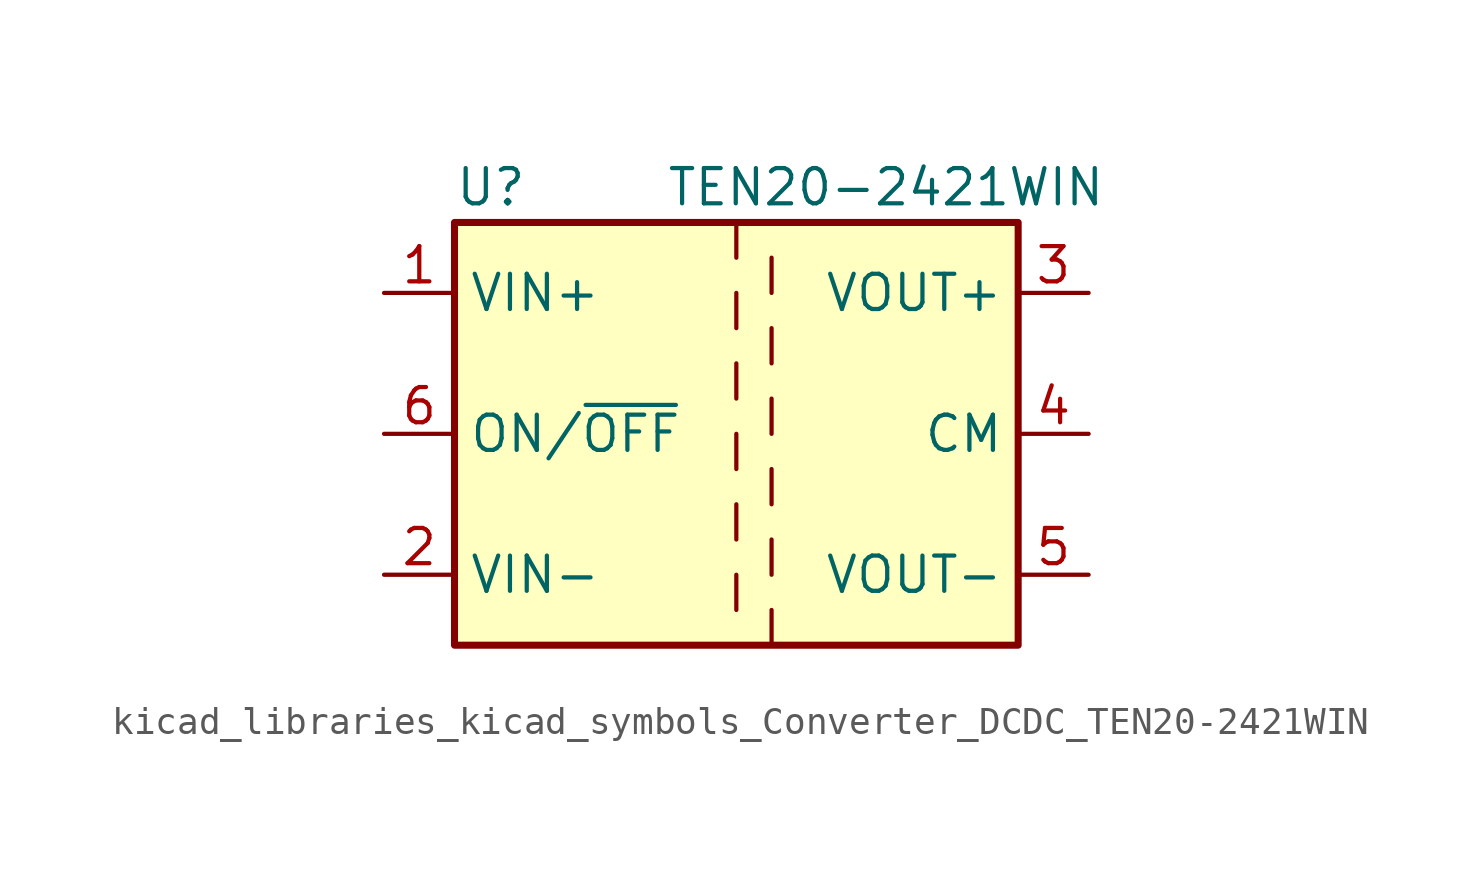
<source format=kicad_sym>
(kicad_symbol_lib
  (version 20220914)
  (generator kicad_symbol_editor)
  (symbol "kicad_libraries_kicad_symbols_Converter_DCDC_TEN20-2421WIN"
    (property "Reference" "U"
      (at -10.16 8.89 0)
      (effects (font (size 1.27 1.27)) (justify left)))
    (property "Value" "TEN20-2421WIN"
      (at -2.54 8.89 0)
      (effects (font (size 1.27 1.27)) (justify left)))
    (symbol "kicad_libraries_kicad_symbols_Converter_DCDC_TEN20-2421WIN_0_1"
      (rectangle (start -10.16 7.62) (end 10.16 -7.62) (stroke (width 0.254) (type default)) (fill (type background)))
      (polyline (pts (xy 0 -5.08) (xy 0 -6.35)) (stroke (width 0) (type default)) (fill (type none)))
      (polyline (pts (xy 0 -2.54) (xy 0 -3.81)) (stroke (width 0) (type default)) (fill (type none)))
      (polyline (pts (xy 0 0) (xy 0 -1.27)) (stroke (width 0) (type default)) (fill (type none)))
      (polyline (pts (xy 0 2.54) (xy 0 1.27)) (stroke (width 0) (type default)) (fill (type none)))
      (polyline (pts (xy 0 5.08) (xy 0 3.81)) (stroke (width 0) (type default)) (fill (type none)))
      (polyline (pts (xy 0 7.62) (xy 0 6.35)) (stroke (width 0) (type default)) (fill (type none)))
      (polyline (pts (xy 1.27 -7.62) (xy 1.27 -6.35)) (stroke (width 0) (type default)) (fill (type none)))
      (polyline (pts (xy 1.27 -5.08) (xy 1.27 -3.81)) (stroke (width 0) (type default)) (fill (type none)))
      (polyline (pts (xy 1.27 -2.54) (xy 1.27 -1.27)) (stroke (width 0) (type default)) (fill (type none)))
      (polyline (pts (xy 1.27 0) (xy 1.27 1.27)) (stroke (width 0) (type default)) (fill (type none)))
      (polyline (pts (xy 1.27 2.54) (xy 1.27 3.81)) (stroke (width 0) (type default)) (fill (type none)))
      (polyline (pts (xy 1.27 5.08) (xy 1.27 6.35)) (stroke (width 0) (type default)) (fill (type none))))
    (symbol "kicad_libraries_kicad_symbols_Converter_DCDC_TEN20-2421WIN_1_1"
      (pin power_in line (at -12.7 5.08 0) (length 2.54) (name "VIN+" (effects (font (size 1.27 1.27)))) (number "1" (effects (font (size 1.27 1.27)))))
      (pin power_in line (at -12.7 -5.08 0) (length 2.54) (name "VIN-" (effects (font (size 1.27 1.27)))) (number "2" (effects (font (size 1.27 1.27)))))
      (pin power_out line (at 12.7 5.08 180) (length 2.54) (name "VOUT+" (effects (font (size 1.27 1.27)))) (number "3" (effects (font (size 1.27 1.27)))))
      (pin power_out line (at 12.7 0 180) (length 2.54) (name "CM" (effects (font (size 1.27 1.27)))) (number "4" (effects (font (size 1.27 1.27)))))
      (pin power_out line (at 12.7 -5.08 180) (length 2.54) (name "VOUT-" (effects (font (size 1.27 1.27)))) (number "5" (effects (font (size 1.27 1.27)))))
      (pin input line (at -12.7 0 0) (length 2.54) (name "ON/~{OFF}" (effects (font (size 1.27 1.27)))) (number "6" (effects (font (size 1.27 1.27))))))))
</source>
